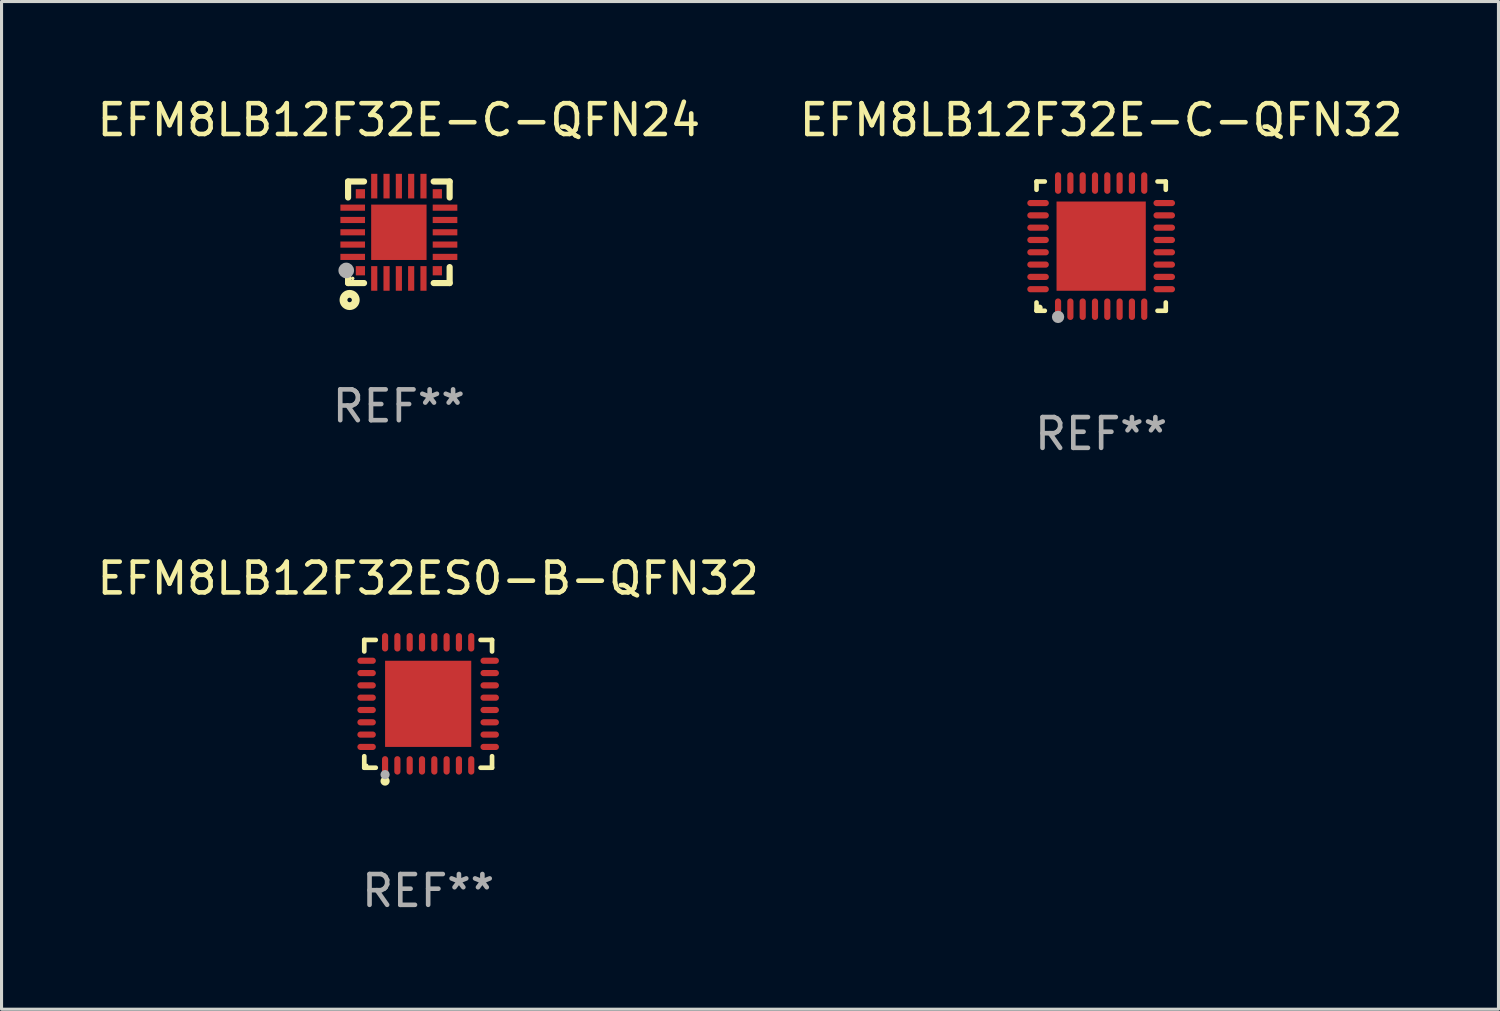
<source format=kicad_pcb>
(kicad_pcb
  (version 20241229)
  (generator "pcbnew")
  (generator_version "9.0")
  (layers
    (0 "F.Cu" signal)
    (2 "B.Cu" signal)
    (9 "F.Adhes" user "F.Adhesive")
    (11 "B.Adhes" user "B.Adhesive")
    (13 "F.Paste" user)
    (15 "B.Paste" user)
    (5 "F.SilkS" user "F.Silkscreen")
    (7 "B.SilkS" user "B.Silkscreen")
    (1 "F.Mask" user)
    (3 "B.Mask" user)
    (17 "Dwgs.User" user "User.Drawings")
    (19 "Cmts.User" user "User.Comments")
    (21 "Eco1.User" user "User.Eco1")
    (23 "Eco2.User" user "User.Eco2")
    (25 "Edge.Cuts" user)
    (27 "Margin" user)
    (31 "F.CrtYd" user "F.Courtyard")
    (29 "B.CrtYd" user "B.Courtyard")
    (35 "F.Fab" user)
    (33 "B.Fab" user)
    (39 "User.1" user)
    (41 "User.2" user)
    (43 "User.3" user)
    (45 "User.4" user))
  (footprint "EFM8LB12F32ES0-B-QFN32"
    (layer "F.Cu")
    (at 10.863 19.821)
    (property "Reference" "EFM8LB12F32ES0-B-QFN32" (at 0 -4.076 0) (layer "F.SilkS") (effects (font (size 1 1) (thickness 0.15))))
    (attr through_hole)
    (fp_line (start -2.076 -2.076) (end -1.703 -2.076) (stroke (width 0.152) (type solid)) (layer "F.SilkS"))
    (fp_line (start -2.076 -1.703) (end -2.076 -2.076) (stroke (width 0.152) (type solid)) (layer "F.SilkS"))
    (fp_line (start -2.076 1.703) (end -2.076 2.076) (stroke (width 0.152) (type solid)) (layer "F.SilkS"))
    (fp_line (start -2.076 2.076) (end -1.703 2.076) (stroke (width 0.152) (type solid)) (layer "F.SilkS"))
    (fp_line (start 2.076 -2.076) (end 1.703 -2.076) (stroke (width 0.152) (type solid)) (layer "F.SilkS"))
    (fp_line (start 2.076 -1.703) (end 2.076 -2.076) (stroke (width 0.152) (type solid)) (layer "F.SilkS"))
    (fp_line (start 2.076 1.703) (end 2.076 2.076) (stroke (width 0.152) (type solid)) (layer "F.SilkS"))
    (fp_line (start 2.076 2.076) (end 1.703 2.076) (stroke (width 0.152) (type solid)) (layer "F.SilkS"))
    (fp_circle (center -2 2) (end -1.97 2) (stroke (width 0.06) (type solid)) (fill no) (layer "F.SilkS"))
    (fp_circle (center -1.4 2.51) (end -1.325 2.51) (stroke (width 0.15) (type solid)) (fill no) (layer "F.SilkS"))
    (fp_circle (center -1.4 2.3) (end -1.325 2.3) (stroke (width 0.15) (type solid)) (fill no) (layer "F.Fab"))
    (fp_text user "REF**" (at 0 6.076 0) (layer "F.Fab") (effects (font (size 1 1) (thickness 0.15))))
    (pad "1" smd oval (at -1.4 2) (size 0.2 0.6) (layers "F.Cu" "F.Mask" "F.Paste"))
    (pad "2" smd oval (at -1 2) (size 0.2 0.6) (layers "F.Cu" "F.Mask" "F.Paste"))
    (pad "3" smd oval (at -0.6 2) (size 0.2 0.6) (layers "F.Cu" "F.Mask" "F.Paste"))
    (pad "4" smd oval (at -0.2 2) (size 0.2 0.6) (layers "F.Cu" "F.Mask" "F.Paste"))
    (pad "5" smd oval (at 0.2 2) (size 0.2 0.6) (layers "F.Cu" "F.Mask" "F.Paste"))
    (pad "6" smd oval (at 0.6 2) (size 0.2 0.6) (layers "F.Cu" "F.Mask" "F.Paste"))
    (pad "7" smd oval (at 1 2) (size 0.2 0.6) (layers "F.Cu" "F.Mask" "F.Paste"))
    (pad "8" smd oval (at 1.4 2) (size 0.2 0.6) (layers "F.Cu" "F.Mask" "F.Paste"))
    (pad "9" smd oval (at 2 1.4) (size 0.6 0.2) (layers "F.Cu" "F.Mask" "F.Paste"))
    (pad "10" smd oval (at 2 1) (size 0.6 0.2) (layers "F.Cu" "F.Mask" "F.Paste"))
    (pad "11" smd oval (at 2 0.6) (size 0.6 0.2) (layers "F.Cu" "F.Mask" "F.Paste"))
    (pad "12" smd oval (at 2 0.2) (size 0.6 0.2) (layers "F.Cu" "F.Mask" "F.Paste"))
    (pad "13" smd oval (at 2 -0.2) (size 0.6 0.2) (layers "F.Cu" "F.Mask" "F.Paste"))
    (pad "14" smd oval (at 2 -0.6) (size 0.6 0.2) (layers "F.Cu" "F.Mask" "F.Paste"))
    (pad "15" smd oval (at 2 -1) (size 0.6 0.2) (layers "F.Cu" "F.Mask" "F.Paste"))
    (pad "16" smd oval (at 2 -1.4) (size 0.6 0.2) (layers "F.Cu" "F.Mask" "F.Paste"))
    (pad "17" smd oval (at 1.4 -2) (size 0.2 0.6) (layers "F.Cu" "F.Mask" "F.Paste"))
    (pad "18" smd oval (at 1 -2) (size 0.2 0.6) (layers "F.Cu" "F.Mask" "F.Paste"))
    (pad "19" smd oval (at 0.6 -2) (size 0.2 0.6) (layers "F.Cu" "F.Mask" "F.Paste"))
    (pad "20" smd oval (at 0.2 -2) (size 0.2 0.6) (layers "F.Cu" "F.Mask" "F.Paste"))
    (pad "21" smd oval (at -0.2 -2) (size 0.2 0.6) (layers "F.Cu" "F.Mask" "F.Paste"))
    (pad "22" smd oval (at -0.6 -2) (size 0.2 0.6) (layers "F.Cu" "F.Mask" "F.Paste"))
    (pad "23" smd oval (at -1 -2) (size 0.2 0.6) (layers "F.Cu" "F.Mask" "F.Paste"))
    (pad "24" smd oval (at -1.4 -2) (size 0.2 0.6) (layers "F.Cu" "F.Mask" "F.Paste"))
    (pad "25" smd oval (at -2 -1.4) (size 0.6 0.2) (layers "F.Cu" "F.Mask" "F.Paste"))
    (pad "26" smd oval (at -2 -1) (size 0.6 0.2) (layers "F.Cu" "F.Mask" "F.Paste"))
    (pad "27" smd oval (at -2 -0.6) (size 0.6 0.2) (layers "F.Cu" "F.Mask" "F.Paste"))
    (pad "28" smd oval (at -2 -0.2) (size 0.6 0.2) (layers "F.Cu" "F.Mask" "F.Paste"))
    (pad "29" smd oval (at -2 0.2) (size 0.6 0.2) (layers "F.Cu" "F.Mask" "F.Paste"))
    (pad "30" smd oval (at -2 0.6) (size 0.6 0.2) (layers "F.Cu" "F.Mask" "F.Paste"))
    (pad "31" smd oval (at -2 1) (size 0.6 0.2) (layers "F.Cu" "F.Mask" "F.Paste"))
    (pad "32" smd oval (at -2 1.4) (size 0.6 0.2) (layers "F.Cu" "F.Mask" "F.Paste"))
    (pad "33" smd rect (at 0 0) (size 2.8 2.8) (layers "F.Cu" "F.Mask" "F.Paste")))
  (footprint "EFM8LB12F32E-C-QFN32"
    (layer "F.Cu")
    (at 32.732 4.948)
    (property "Reference" "EFM8LB12F32E-C-QFN32" (at 0 -4.1 0) (layer "F.SilkS") (effects (font (size 1 1) (thickness 0.15))))
    (attr through_hole)
    (fp_line (start -2.1 -2.1) (end -1.831 -2.1) (stroke (width 0.15) (type solid)) (layer "F.SilkS"))
    (fp_line (start -2.1 -1.831) (end -2.1 -2.1) (stroke (width 0.15) (type solid)) (layer "F.SilkS"))
    (fp_line (start -2.1 2.1) (end -2.1 1.831) (stroke (width 0.15) (type solid)) (layer "F.SilkS"))
    (fp_line (start -1.831 2.1) (end -2.1 2.1) (stroke (width 0.15) (type solid)) (layer "F.SilkS"))
    (fp_line (start 1.831 -2.1) (end 2.1 -2.1) (stroke (width 0.15) (type solid)) (layer "F.SilkS"))
    (fp_line (start 2.1 -2.1) (end 2.1 -1.831) (stroke (width 0.15) (type solid)) (layer "F.SilkS"))
    (fp_line (start 2.1 1.831) (end 2.1 2.1) (stroke (width 0.15) (type solid)) (layer "F.SilkS"))
    (fp_line (start 2.1 2.1) (end 1.831 2.1) (stroke (width 0.15) (type solid)) (layer "F.SilkS"))
    (fp_circle (center -2 2) (end -1.95 2) (stroke (width 0.1) (type solid)) (fill no) (layer "F.SilkS"))
    (fp_circle (center -1.4 2.3) (end -1.3 2.3) (stroke (width 0.2) (type solid)) (fill no) (layer "F.Fab"))
    (fp_text user "REF**" (at 0 6.1 0) (layer "F.Fab") (effects (font (size 1 1) (thickness 0.15))))
    (pad "1" smd oval (at -1.4 2.05) (size 0.2 0.7) (layers "F.Cu" "F.Mask" "F.Paste"))
    (pad "2" smd oval (at -1 2.05) (size 0.2 0.7) (layers "F.Cu" "F.Mask" "F.Paste"))
    (pad "3" smd oval (at -0.6 2.05) (size 0.2 0.7) (layers "F.Cu" "F.Mask" "F.Paste"))
    (pad "4" smd oval (at -0.2 2.05) (size 0.2 0.7) (layers "F.Cu" "F.Mask" "F.Paste"))
    (pad "5" smd oval (at 0.2 2.05) (size 0.2 0.7) (layers "F.Cu" "F.Mask" "F.Paste"))
    (pad "6" smd oval (at 0.6 2.05) (size 0.2 0.7) (layers "F.Cu" "F.Mask" "F.Paste"))
    (pad "7" smd oval (at 1 2.05) (size 0.2 0.7) (layers "F.Cu" "F.Mask" "F.Paste"))
    (pad "8" smd oval (at 1.4 2.05) (size 0.2 0.7) (layers "F.Cu" "F.Mask" "F.Paste"))
    (pad "9" smd oval (at 2.05 1.4) (size 0.7 0.2) (layers "F.Cu" "F.Mask" "F.Paste"))
    (pad "10" smd oval (at 2.05 1) (size 0.7 0.2) (layers "F.Cu" "F.Mask" "F.Paste"))
    (pad "11" smd oval (at 2.05 0.6) (size 0.7 0.2) (layers "F.Cu" "F.Mask" "F.Paste"))
    (pad "12" smd oval (at 2.05 0.2) (size 0.7 0.2) (layers "F.Cu" "F.Mask" "F.Paste"))
    (pad "13" smd oval (at 2.05 -0.2) (size 0.7 0.2) (layers "F.Cu" "F.Mask" "F.Paste"))
    (pad "14" smd oval (at 2.05 -0.6) (size 0.7 0.2) (layers "F.Cu" "F.Mask" "F.Paste"))
    (pad "15" smd oval (at 2.05 -1) (size 0.7 0.2) (layers "F.Cu" "F.Mask" "F.Paste"))
    (pad "16" smd oval (at 2.05 -1.4) (size 0.7 0.2) (layers "F.Cu" "F.Mask" "F.Paste"))
    (pad "17" smd oval (at 1.4 -2.05) (size 0.2 0.7) (layers "F.Cu" "F.Mask" "F.Paste"))
    (pad "18" smd oval (at 1 -2.05) (size 0.2 0.7) (layers "F.Cu" "F.Mask" "F.Paste"))
    (pad "19" smd oval (at 0.6 -2.05) (size 0.2 0.7) (layers "F.Cu" "F.Mask" "F.Paste"))
    (pad "20" smd oval (at 0.2 -2.05) (size 0.2 0.7) (layers "F.Cu" "F.Mask" "F.Paste"))
    (pad "21" smd oval (at -0.2 -2.05) (size 0.2 0.7) (layers "F.Cu" "F.Mask" "F.Paste"))
    (pad "22" smd oval (at -0.6 -2.05) (size 0.2 0.7) (layers "F.Cu" "F.Mask" "F.Paste"))
    (pad "23" smd oval (at -1 -2.05) (size 0.2 0.7) (layers "F.Cu" "F.Mask" "F.Paste"))
    (pad "24" smd oval (at -1.4 -2.05) (size 0.2 0.7) (layers "F.Cu" "F.Mask" "F.Paste"))
    (pad "25" smd oval (at -2.05 -1.4) (size 0.7 0.2) (layers "F.Cu" "F.Mask" "F.Paste"))
    (pad "26" smd oval (at -2.05 -1) (size 0.7 0.2) (layers "F.Cu" "F.Mask" "F.Paste"))
    (pad "27" smd oval (at -2.05 -0.6) (size 0.7 0.2) (layers "F.Cu" "F.Mask" "F.Paste"))
    (pad "28" smd oval (at -2.05 -0.2) (size 0.7 0.2) (layers "F.Cu" "F.Mask" "F.Paste"))
    (pad "29" smd oval (at -2.05 0.2) (size 0.7 0.2) (layers "F.Cu" "F.Mask" "F.Paste"))
    (pad "30" smd oval (at -2.05 0.6) (size 0.7 0.2) (layers "F.Cu" "F.Mask" "F.Paste"))
    (pad "31" smd oval (at -2.05 1) (size 0.7 0.2) (layers "F.Cu" "F.Mask" "F.Paste"))
    (pad "32" smd oval (at -2.05 1.4) (size 0.7 0.2) (layers "F.Cu" "F.Mask" "F.Paste"))
    (pad "33" smd rect (at 0.000356 0.000254) (size 2.9 2.9) (layers "F.Cu" "F.Mask" "F.Paste")))
  (footprint "EFM8LB12F32E-C-QFN24"
    (layer "F.Cu")
    (at 9.911 4.498)
    (property "Reference" "EFM8LB12F32E-C-QFN24" (at 0 -3.65 0) (layer "F.SilkS") (effects (font (size 1 1) (thickness 0.15))))
    (attr through_hole)
    (fp_line (start -1.65 -1.65) (end -1.65 -1.131) (stroke (width 0.2) (type solid)) (layer "F.SilkS"))
    (fp_line (start -1.65 -1.65) (end -1.131 -1.65) (stroke (width 0.2) (type solid)) (layer "F.SilkS"))
    (fp_line (start -1.65 1.131) (end -1.65 1.65) (stroke (width 0.2) (type solid)) (layer "F.SilkS"))
    (fp_line (start -1.65 1.65) (end -1.131 1.65) (stroke (width 0.2) (type solid)) (layer "F.SilkS"))
    (fp_line (start 1.131 -1.65) (end 1.65 -1.65) (stroke (width 0.2) (type solid)) (layer "F.SilkS"))
    (fp_line (start 1.131 1.65) (end 1.65 1.65) (stroke (width 0.2) (type solid)) (layer "F.SilkS"))
    (fp_line (start 1.65 -1.65) (end 1.65 -1.131) (stroke (width 0.2) (type solid)) (layer "F.SilkS"))
    (fp_line (start 1.65 1.131) (end 1.65 1.65) (stroke (width 0.2) (type solid)) (layer "F.SilkS"))
    (fp_circle (center -1.6 2.2) (end -1.4 2.2) (stroke (width 0.254) (type solid)) (fill no) (layer "F.SilkS"))
    (fp_circle (center -1.5 1.5) (end -1.47 1.5) (stroke (width 0.06) (type solid)) (fill no) (layer "F.SilkS"))
    (fp_circle (center -1.71 1.24) (end -1.583 1.24) (stroke (width 0.254) (type solid)) (fill no) (layer "F.Fab"))
    (fp_text user "REF**" (at 0 5.65 0) (layer "F.Fab") (effects (font (size 1 1) (thickness 0.15))))
    (pad "1" smd rect (at -1.25 1.25 90) (size 0.3 0.3) (layers "F.Cu" "F.Mask" "F.Paste"))
    (pad "2" smd rect (at -0.8 1.5) (size 0.2 0.8) (layers "F.Cu" "F.Mask" "F.Paste"))
    (pad "3" smd rect (at -0.4 1.5) (size 0.2 0.8) (layers "F.Cu" "F.Mask" "F.Paste"))
    (pad "4" smd rect (at 0.000051 1.5) (size 0.2 0.8) (layers "F.Cu" "F.Mask" "F.Paste"))
    (pad "5" smd rect (at 0.4 1.5) (size 0.2 0.8) (layers "F.Cu" "F.Mask" "F.Paste"))
    (pad "6" smd rect (at 0.8 1.5) (size 0.2 0.8) (layers "F.Cu" "F.Mask" "F.Paste"))
    (pad "7" smd rect (at 1.25 1.25 90) (size 0.3 0.3) (layers "F.Cu" "F.Mask" "F.Paste"))
    (pad "8" smd rect (at 1.5 0.8) (size 0.8 0.2) (layers "F.Cu" "F.Mask" "F.Paste"))
    (pad "9" smd rect (at 1.5 0.4) (size 0.8 0.2) (layers "F.Cu" "F.Mask" "F.Paste"))
    (pad "10" smd rect (at 1.5 0.000051) (size 0.8 0.2) (layers "F.Cu" "F.Mask" "F.Paste"))
    (pad "11" smd rect (at 1.5 -0.4) (size 0.8 0.2) (layers "F.Cu" "F.Mask" "F.Paste"))
    (pad "12" smd rect (at 1.5 -0.8) (size 0.8 0.2) (layers "F.Cu" "F.Mask" "F.Paste"))
    (pad "13" smd rect (at 1.25 -1.25 270) (size 0.3 0.3) (layers "F.Cu" "F.Mask" "F.Paste"))
    (pad "14" smd rect (at 0.8 -1.5) (size 0.2 0.8) (layers "F.Cu" "F.Mask" "F.Paste"))
    (pad "15" smd rect (at 0.4 -1.5) (size 0.2 0.8) (layers "F.Cu" "F.Mask" "F.Paste"))
    (pad "16" smd rect (at 0.000051 -1.5) (size 0.2 0.8) (layers "F.Cu" "F.Mask" "F.Paste"))
    (pad "17" smd rect (at -0.4 -1.5) (size 0.2 0.8) (layers "F.Cu" "F.Mask" "F.Paste"))
    (pad "18" smd rect (at -0.8 -1.5) (size 0.2 0.8) (layers "F.Cu" "F.Mask" "F.Paste"))
    (pad "19" smd rect (at -1.25 -1.25 90) (size 0.3 0.3) (layers "F.Cu" "F.Mask" "F.Paste"))
    (pad "20" smd rect (at -1.5 -0.8) (size 0.8 0.2) (layers "F.Cu" "F.Mask" "F.Paste"))
    (pad "21" smd rect (at -1.5 -0.4) (size 0.8 0.2) (layers "F.Cu" "F.Mask" "F.Paste"))
    (pad "22" smd rect (at -1.5 0.000051) (size 0.8 0.2) (layers "F.Cu" "F.Mask" "F.Paste"))
    (pad "23" smd rect (at -1.5 0.4) (size 0.8 0.2) (layers "F.Cu" "F.Mask" "F.Paste"))
    (pad "24" smd rect (at -1.5 0.8 180) (size 0.8 0.2) (layers "F.Cu" "F.Mask" "F.Paste"))
    (pad "25" smd rect (at 0.000051 0.000051) (size 1.8 1.8) (layers "F.Cu" "F.Mask" "F.Paste")))
  (gr_rect
    (start -3 -3)
    (end 45.643 29.745)
    (stroke (width 0.1) (type default))
    (fill no)
    (layer "Edge.Cuts")))
</source>
